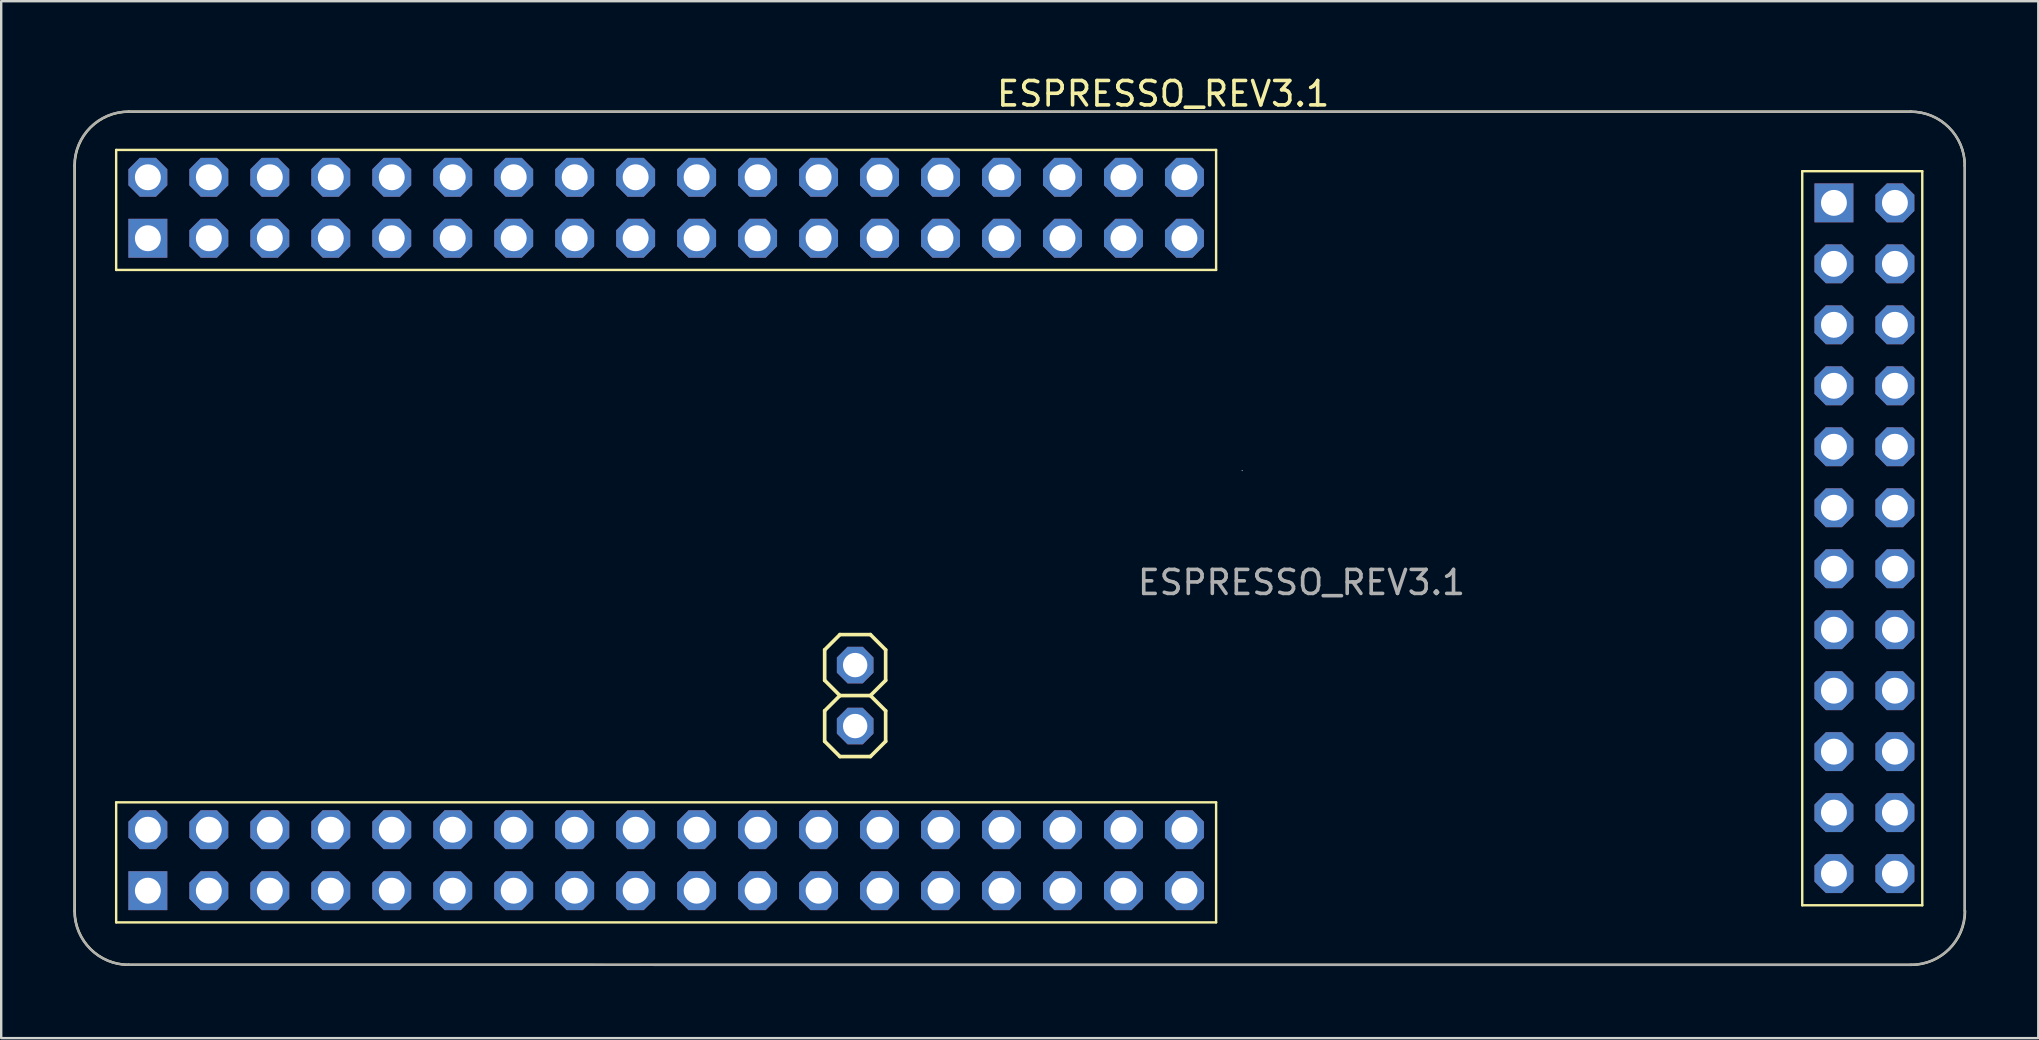
<source format=kicad_pcb>
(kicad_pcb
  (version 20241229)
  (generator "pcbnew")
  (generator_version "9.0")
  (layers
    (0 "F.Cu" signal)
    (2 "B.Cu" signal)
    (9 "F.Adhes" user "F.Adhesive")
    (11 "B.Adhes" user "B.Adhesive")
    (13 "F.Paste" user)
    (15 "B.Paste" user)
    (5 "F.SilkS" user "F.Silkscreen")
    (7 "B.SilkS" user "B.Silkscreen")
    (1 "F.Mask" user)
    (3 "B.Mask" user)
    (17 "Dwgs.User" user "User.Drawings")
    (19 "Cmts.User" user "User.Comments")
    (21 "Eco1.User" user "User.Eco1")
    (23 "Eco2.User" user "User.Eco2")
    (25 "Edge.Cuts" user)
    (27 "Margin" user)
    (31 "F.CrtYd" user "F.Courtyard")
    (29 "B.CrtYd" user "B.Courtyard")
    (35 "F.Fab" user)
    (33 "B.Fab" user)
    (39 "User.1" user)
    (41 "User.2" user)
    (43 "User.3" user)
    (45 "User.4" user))
  (footprint "ESPRESSO_REV3.1"
    (layer "F.Cu")
    (at 45.39 16.552)
    (property "Reference" "ESPRESSO_REV3.1" (at 0.013 -15.695 0) (unlocked yes) (layer "F.SilkS") (effects (font (size 1.016 1.016) (thickness 0.15))))
    (attr through_hole)
    (fp_line (start -45.329 -12.7) (end -45.329 18.339) (stroke (width 0.1) (type default)) (layer "F.SilkS"))
    (fp_line (start -43.601 -13.357) (end 2.219 -13.357) (stroke (width 0.1) (type default)) (layer "F.SilkS"))
    (fp_line (start -43.601 -8.357) (end -43.601 -13.357) (stroke (width 0.1) (type default)) (layer "F.SilkS"))
    (fp_line (start -43.601 -8.357) (end 2.219 -8.357) (stroke (width 0.1) (type default)) (layer "F.SilkS"))
    (fp_line (start -43.601 13.821) (end 2.219 13.821) (stroke (width 0.1) (type default)) (layer "F.SilkS"))
    (fp_line (start -43.601 18.821) (end -43.601 13.821) (stroke (width 0.1) (type default)) (layer "F.SilkS"))
    (fp_line (start -43.601 18.821) (end 2.219 18.821) (stroke (width 0.1) (type default)) (layer "F.SilkS"))
    (fp_line (start -43.078 -14.95) (end 31.156 -14.95) (stroke (width 0.1) (type default)) (layer "F.SilkS"))
    (fp_line (start -14.087 7.468) (end -13.452 6.833) (stroke (width 0.152) (type solid)) (layer "F.SilkS"))
    (fp_line (start -14.087 8.738) (end -14.087 7.468) (stroke (width 0.152) (type solid)) (layer "F.SilkS"))
    (fp_line (start -14.087 10.008) (end -13.452 9.373) (stroke (width 0.152) (type solid)) (layer "F.SilkS"))
    (fp_line (start -14.087 11.278) (end -14.087 10.008) (stroke (width 0.152) (type solid)) (layer "F.SilkS"))
    (fp_line (start -14.087 11.278) (end -13.452 11.913) (stroke (width 0.152) (type solid)) (layer "F.SilkS"))
    (fp_line (start -13.452 6.833) (end -12.182 6.833) (stroke (width 0.152) (type solid)) (layer "F.SilkS"))
    (fp_line (start -13.452 9.373) (end -14.087 8.738) (stroke (width 0.152) (type solid)) (layer "F.SilkS"))
    (fp_line (start -13.452 9.373) (end -12.182 9.373) (stroke (width 0.152) (type solid)) (layer "F.SilkS"))
    (fp_line (start -13.452 11.913) (end -12.182 11.913) (stroke (width 0.152) (type solid)) (layer "F.SilkS"))
    (fp_line (start -12.182 6.833) (end -11.547 7.468) (stroke (width 0.152) (type solid)) (layer "F.SilkS"))
    (fp_line (start -12.182 9.373) (end -11.547 10.008) (stroke (width 0.152) (type solid)) (layer "F.SilkS"))
    (fp_line (start -12.182 11.913) (end -11.547 11.278) (stroke (width 0.152) (type solid)) (layer "F.SilkS"))
    (fp_line (start -11.547 7.468) (end -11.547 8.738) (stroke (width 0.152) (type solid)) (layer "F.SilkS"))
    (fp_line (start -11.547 8.738) (end -12.182 9.373) (stroke (width 0.152) (type solid)) (layer "F.SilkS"))
    (fp_line (start -11.547 10.008) (end -11.547 11.278) (stroke (width 0.152) (type solid)) (layer "F.SilkS"))
    (fp_line (start 2.219 -8.357) (end 2.219 -13.357) (stroke (width 0.1) (type default)) (layer "F.SilkS"))
    (fp_line (start 2.219 18.821) (end 2.219 13.821) (stroke (width 0.1) (type default)) (layer "F.SilkS"))
    (fp_line (start 26.635 -12.471) (end 26.635 18.109) (stroke (width 0.1) (type default)) (layer "F.SilkS"))
    (fp_line (start 26.635 -12.471) (end 31.635 -12.471) (stroke (width 0.1) (type default)) (layer "F.SilkS"))
    (fp_line (start 26.635 18.109) (end 31.635 18.109) (stroke (width 0.1) (type default)) (layer "F.SilkS"))
    (fp_line (start 31.168 20.591) (end -43.078 20.589) (stroke (width 0.1) (type default)) (layer "F.SilkS"))
    (fp_line (start 31.635 -12.471) (end 31.635 18.109) (stroke (width 0.1) (type default)) (layer "F.SilkS"))
    (fp_line (start 33.406 18.339) (end 33.406 -12.7) (stroke (width 0.1) (type default)) (layer "F.SilkS"))
    (fp_arc (start -45.328543 -12.7) (mid -44.669453 -14.291053) (end -43.0784 -14.950143) (stroke (width 0.1) (type default)) (layer "F.SilkS"))
    (fp_arc (start -43.0784 20.588943) (mid -44.669513 19.929913) (end -45.328543 18.3388) (stroke (width 0.1) (type default)) (layer "F.SilkS"))
    (fp_arc (start 31.155857 -14.950143) (mid 32.746974 -14.291117) (end 33.406 -12.7) (stroke (width 0.1) (type default)) (layer "F.SilkS"))
    (fp_arc (start 33.417937 18.341283) (mid 32.758853 19.93233) (end 31.167794 20.591426) (stroke (width 0.1) (type default)) (layer "F.SilkS"))
    (fp_line (start -45.34 -12.702) (end -45.34 18.336) (stroke (width 0.1) (type default)) (layer "F.Fab"))
    (fp_line (start -43.078 -14.95) (end 31.156 -14.95) (stroke (width 0.1) (type default)) (layer "F.Fab"))
    (fp_line (start 31.156 20.589) (end -43.09 20.586) (stroke (width 0.1) (type default)) (layer "F.Fab"))
    (fp_line (start 33.406 18.339) (end 33.406 -12.7) (stroke (width 0.1) (type default)) (layer "F.Fab"))
    (fp_arc (start -45.34048 -12.702483) (mid -44.68139 -14.293536) (end -43.090337 -14.952626) (stroke (width 0.1) (type default)) (layer "F.Fab"))
    (fp_arc (start -43.090337 20.58646) (mid -44.68145 19.92743) (end -45.34048 18.336317) (stroke (width 0.1) (type default)) (layer "F.Fab"))
    (fp_arc (start 31.155857 -14.950143) (mid 32.746969 -14.291112) (end 33.406 -12.7) (stroke (width 0.1) (type default)) (layer "F.Fab"))
    (fp_arc (start 33.406 18.3388) (mid 32.746911 19.929854) (end 31.155857 20.588943) (stroke (width 0.1) (type default)) (layer "F.Fab"))
    (fp_circle (center 3.304 0) (end 3.304 0) (stroke (width 0.025) (type solid)) (fill no) (layer "F.Fab"))
    (fp_poly (pts (xy -1.895 15.215) (xy -1.387 15.215) (xy -1.387 14.707) (xy -1.895 14.707)) (stroke (width 0.1) (type default)) (fill no) (layer "F.Fab"))
    (fp_poly (pts (xy 0.645 15.215) (xy 1.153 15.215) (xy 1.153 14.707) (xy 0.645 14.707)) (stroke (width 0.1) (type default)) (fill no) (layer "F.Fab"))
    (fp_text user "${REFERENCE}" (at 5.775 4.662 0) (unlocked yes) (layer "F.Fab") (effects (font (size 1 1) (thickness 0.15))))
    (pad "1" thru_hole roundrect (at -42.281 -12.217 90) (size 1.62 1.62) (drill 1.08) (layers "*.Cu" "*.Mask") (roundrect_rratio 0.25) (chamfer_ratio 0.293) (chamfer top_left top_right bottom_left bottom_right))
    (pad "2" thru_hole roundrect (at -39.741 -12.217 90) (size 1.62 1.62) (drill 1.08) (layers "*.Cu" "*.Mask") (roundrect_rratio 0.25) (chamfer_ratio 0.293) (chamfer top_left top_right bottom_left bottom_right))
    (pad "3" thru_hole roundrect (at -37.201 -12.217 90) (size 1.62 1.62) (drill 1.08) (layers "*.Cu" "*.Mask") (roundrect_rratio 0.25) (chamfer_ratio 0.293) (chamfer top_left top_right bottom_left bottom_right))
    (pad "4" thru_hole roundrect (at -34.661 -12.217 90) (size 1.62 1.62) (drill 1.08) (layers "*.Cu" "*.Mask") (roundrect_rratio 0.25) (chamfer_ratio 0.293) (chamfer top_left top_right bottom_left bottom_right))
    (pad "5" thru_hole roundrect (at -32.121 -12.217 90) (size 1.62 1.62) (drill 1.08) (layers "*.Cu" "*.Mask") (roundrect_rratio 0.25) (chamfer_ratio 0.293) (chamfer top_left top_right bottom_left bottom_right))
    (pad "6" thru_hole roundrect (at -29.581 -12.217 90) (size 1.62 1.62) (drill 1.08) (layers "*.Cu" "*.Mask") (roundrect_rratio 0.25) (chamfer_ratio 0.293) (chamfer top_left top_right bottom_left bottom_right))
    (pad "7" thru_hole roundrect (at -27.041 -12.217 90) (size 1.62 1.62) (drill 1.08) (layers "*.Cu" "*.Mask") (roundrect_rratio 0.25) (chamfer_ratio 0.293) (chamfer top_left top_right bottom_left bottom_right))
    (pad "8" thru_hole roundrect (at -24.501 -12.217 90) (size 1.62 1.62) (drill 1.08) (layers "*.Cu" "*.Mask") (roundrect_rratio 0.25) (chamfer_ratio 0.293) (chamfer top_left top_right bottom_left bottom_right))
    (pad "9" thru_hole roundrect (at -21.961 -12.217 90) (size 1.62 1.62) (drill 1.08) (layers "*.Cu" "*.Mask") (roundrect_rratio 0.25) (chamfer_ratio 0.293) (chamfer top_left top_right bottom_left bottom_right))
    (pad "10" thru_hole roundrect (at -19.421 -12.217 90) (size 1.62 1.62) (drill 1.08) (layers "*.Cu" "*.Mask") (roundrect_rratio 0.25) (chamfer_ratio 0.293) (chamfer top_left top_right bottom_left bottom_right))
    (pad "11" thru_hole roundrect (at -16.881 -12.217 90) (size 1.62 1.62) (drill 1.08) (layers "*.Cu" "*.Mask") (roundrect_rratio 0.25) (chamfer_ratio 0.293) (chamfer top_left top_right bottom_left bottom_right))
    (pad "12" thru_hole roundrect (at -14.341 -12.217 90) (size 1.62 1.62) (drill 1.08) (layers "*.Cu" "*.Mask") (roundrect_rratio 0.25) (chamfer_ratio 0.293) (chamfer top_left top_right bottom_left bottom_right))
    (pad "13" thru_hole roundrect (at -11.801 -12.217 90) (size 1.62 1.62) (drill 1.08) (layers "*.Cu" "*.Mask") (roundrect_rratio 0.25) (chamfer_ratio 0.293) (chamfer top_left top_right bottom_left bottom_right))
    (pad "14" thru_hole roundrect (at -9.261 -12.217 90) (size 1.62 1.62) (drill 1.08) (layers "*.Cu" "*.Mask") (roundrect_rratio 0.25) (chamfer_ratio 0.293) (chamfer top_left top_right bottom_left bottom_right))
    (pad "15" thru_hole roundrect (at -6.721 -12.217 90) (size 1.62 1.62) (drill 1.08) (layers "*.Cu" "*.Mask") (roundrect_rratio 0.25) (chamfer_ratio 0.293) (chamfer top_left top_right bottom_left bottom_right))
    (pad "16" thru_hole roundrect (at -4.181 -12.217 90) (size 1.62 1.62) (drill 1.08) (layers "*.Cu" "*.Mask") (roundrect_rratio 0.25) (chamfer_ratio 0.293) (chamfer top_left top_right bottom_left bottom_right))
    (pad "17" thru_hole roundrect (at -1.641 -12.217 90) (size 1.62 1.62) (drill 1.08) (layers "*.Cu" "*.Mask") (roundrect_rratio 0.25) (chamfer_ratio 0.293) (chamfer top_left top_right bottom_left bottom_right))
    (pad "18" thru_hole roundrect (at 0.899 -12.217 90) (size 1.62 1.62) (drill 1.08) (layers "*.Cu" "*.Mask") (roundrect_rratio 0.25) (chamfer_ratio 0.293) (chamfer top_left top_right bottom_left bottom_right))
    (pad "19" thru_hole rect (at -42.281 -9.677 90) (size 1.62 1.62) (drill 1.08) (layers "*.Cu" "*.Mask"))
    (pad "20" thru_hole roundrect (at -39.741 -9.677 90) (size 1.62 1.62) (drill 1.08) (layers "*.Cu" "*.Mask") (roundrect_rratio 0.25) (chamfer_ratio 0.293) (chamfer top_left top_right bottom_left bottom_right))
    (pad "21" thru_hole roundrect (at -37.201 -9.677 90) (size 1.62 1.62) (drill 1.08) (layers "*.Cu" "*.Mask") (roundrect_rratio 0.25) (chamfer_ratio 0.293) (chamfer top_left top_right bottom_left bottom_right))
    (pad "22" thru_hole roundrect (at -34.661 -9.677 90) (size 1.62 1.62) (drill 1.08) (layers "*.Cu" "*.Mask") (roundrect_rratio 0.25) (chamfer_ratio 0.293) (chamfer top_left top_right bottom_left bottom_right))
    (pad "23" thru_hole roundrect (at -32.121 -9.677 90) (size 1.62 1.62) (drill 1.08) (layers "*.Cu" "*.Mask") (roundrect_rratio 0.25) (chamfer_ratio 0.293) (chamfer top_left top_right bottom_left bottom_right))
    (pad "24" thru_hole roundrect (at -29.581 -9.677 90) (size 1.62 1.62) (drill 1.08) (layers "*.Cu" "*.Mask") (roundrect_rratio 0.25) (chamfer_ratio 0.293) (chamfer top_left top_right bottom_left bottom_right))
    (pad "25" thru_hole roundrect (at -27.041 -9.677 90) (size 1.62 1.62) (drill 1.08) (layers "*.Cu" "*.Mask") (roundrect_rratio 0.25) (chamfer_ratio 0.293) (chamfer top_left top_right bottom_left bottom_right))
    (pad "26" thru_hole roundrect (at -24.501 -9.677 90) (size 1.62 1.62) (drill 1.08) (layers "*.Cu" "*.Mask") (roundrect_rratio 0.25) (chamfer_ratio 0.293) (chamfer top_left top_right bottom_left bottom_right))
    (pad "27" thru_hole roundrect (at -21.961 -9.677 90) (size 1.62 1.62) (drill 1.08) (layers "*.Cu" "*.Mask") (roundrect_rratio 0.25) (chamfer_ratio 0.293) (chamfer top_left top_right bottom_left bottom_right))
    (pad "28" thru_hole roundrect (at -19.421 -9.677 90) (size 1.62 1.62) (drill 1.08) (layers "*.Cu" "*.Mask") (roundrect_rratio 0.25) (chamfer_ratio 0.293) (chamfer top_left top_right bottom_left bottom_right))
    (pad "29" thru_hole roundrect (at -16.881 -9.677 90) (size 1.62 1.62) (drill 1.08) (layers "*.Cu" "*.Mask") (roundrect_rratio 0.25) (chamfer_ratio 0.293) (chamfer top_left top_right bottom_left bottom_right))
    (pad "30" thru_hole roundrect (at -14.341 -9.677 90) (size 1.62 1.62) (drill 1.08) (layers "*.Cu" "*.Mask") (roundrect_rratio 0.25) (chamfer_ratio 0.293) (chamfer top_left top_right bottom_left bottom_right))
    (pad "31" thru_hole roundrect (at -11.801 -9.677 90) (size 1.62 1.62) (drill 1.08) (layers "*.Cu" "*.Mask") (roundrect_rratio 0.25) (chamfer_ratio 0.293) (chamfer top_left top_right bottom_left bottom_right))
    (pad "32" thru_hole roundrect (at -9.261 -9.677 90) (size 1.62 1.62) (drill 1.08) (layers "*.Cu" "*.Mask") (roundrect_rratio 0.25) (chamfer_ratio 0.293) (chamfer top_left top_right bottom_left bottom_right))
    (pad "33" thru_hole roundrect (at -6.721 -9.677 90) (size 1.62 1.62) (drill 1.08) (layers "*.Cu" "*.Mask") (roundrect_rratio 0.25) (chamfer_ratio 0.293) (chamfer top_left top_right bottom_left bottom_right))
    (pad "34" thru_hole roundrect (at -4.181 -9.677 90) (size 1.62 1.62) (drill 1.08) (layers "*.Cu" "*.Mask") (roundrect_rratio 0.25) (chamfer_ratio 0.293) (chamfer top_left top_right bottom_left bottom_right))
    (pad "35" thru_hole roundrect (at -1.641 -9.677 90) (size 1.62 1.62) (drill 1.08) (layers "*.Cu" "*.Mask") (roundrect_rratio 0.25) (chamfer_ratio 0.293) (chamfer top_left top_right bottom_left bottom_right))
    (pad "36" thru_hole roundrect (at 0.899 -9.677 90) (size 1.62 1.62) (drill 1.08) (layers "*.Cu" "*.Mask") (roundrect_rratio 0.25) (chamfer_ratio 0.293) (chamfer top_left top_right bottom_left bottom_right))
    (pad "37" thru_hole roundrect (at -42.281 14.961 90) (size 1.62 1.62) (drill 1.08) (layers "*.Cu" "*.Mask") (roundrect_rratio 0.25) (chamfer_ratio 0.293) (chamfer top_left top_right bottom_left bottom_right))
    (pad "38" thru_hole roundrect (at -39.741 14.961 90) (size 1.62 1.62) (drill 1.08) (layers "*.Cu" "*.Mask") (roundrect_rratio 0.25) (chamfer_ratio 0.293) (chamfer top_left top_right bottom_left bottom_right))
    (pad "39" thru_hole roundrect (at -37.201 14.961 90) (size 1.62 1.62) (drill 1.08) (layers "*.Cu" "*.Mask") (roundrect_rratio 0.25) (chamfer_ratio 0.293) (chamfer top_left top_right bottom_left bottom_right))
    (pad "40" thru_hole roundrect (at -34.661 14.961 90) (size 1.62 1.62) (drill 1.08) (layers "*.Cu" "*.Mask") (roundrect_rratio 0.25) (chamfer_ratio 0.293) (chamfer top_left top_right bottom_left bottom_right))
    (pad "41" thru_hole roundrect (at -32.121 14.961 90) (size 1.62 1.62) (drill 1.08) (layers "*.Cu" "*.Mask") (roundrect_rratio 0.25) (chamfer_ratio 0.293) (chamfer top_left top_right bottom_left bottom_right))
    (pad "42" thru_hole roundrect (at -29.581 14.961 90) (size 1.62 1.62) (drill 1.08) (layers "*.Cu" "*.Mask") (roundrect_rratio 0.25) (chamfer_ratio 0.293) (chamfer top_left top_right bottom_left bottom_right))
    (pad "43" thru_hole roundrect (at -27.041 14.961 90) (size 1.62 1.62) (drill 1.08) (layers "*.Cu" "*.Mask") (roundrect_rratio 0.25) (chamfer_ratio 0.293) (chamfer top_left top_right bottom_left bottom_right))
    (pad "44" thru_hole roundrect (at -24.501 14.961 90) (size 1.62 1.62) (drill 1.08) (layers "*.Cu" "*.Mask") (roundrect_rratio 0.25) (chamfer_ratio 0.293) (chamfer top_left top_right bottom_left bottom_right))
    (pad "45" thru_hole roundrect (at -21.961 14.961 90) (size 1.62 1.62) (drill 1.08) (layers "*.Cu" "*.Mask") (roundrect_rratio 0.25) (chamfer_ratio 0.293) (chamfer top_left top_right bottom_left bottom_right))
    (pad "46" thru_hole roundrect (at -19.421 14.961 90) (size 1.62 1.62) (drill 1.08) (layers "*.Cu" "*.Mask") (roundrect_rratio 0.25) (chamfer_ratio 0.293) (chamfer top_left top_right bottom_left bottom_right))
    (pad "47" thru_hole roundrect (at -16.881 14.961 90) (size 1.62 1.62) (drill 1.08) (layers "*.Cu" "*.Mask") (roundrect_rratio 0.25) (chamfer_ratio 0.293) (chamfer top_left top_right bottom_left bottom_right))
    (pad "48" thru_hole roundrect (at -14.341 14.961 90) (size 1.62 1.62) (drill 1.08) (layers "*.Cu" "*.Mask") (roundrect_rratio 0.25) (chamfer_ratio 0.293) (chamfer top_left top_right bottom_left bottom_right))
    (pad "49" thru_hole roundrect (at -11.801 14.961 90) (size 1.62 1.62) (drill 1.08) (layers "*.Cu" "*.Mask") (roundrect_rratio 0.25) (chamfer_ratio 0.293) (chamfer top_left top_right bottom_left bottom_right))
    (pad "50" thru_hole roundrect (at -9.261 14.961 90) (size 1.62 1.62) (drill 1.08) (layers "*.Cu" "*.Mask") (roundrect_rratio 0.25) (chamfer_ratio 0.293) (chamfer top_left top_right bottom_left bottom_right))
    (pad "51" thru_hole roundrect (at -6.721 14.961 90) (size 1.62 1.62) (drill 1.08) (layers "*.Cu" "*.Mask") (roundrect_rratio 0.25) (chamfer_ratio 0.293) (chamfer top_left top_right bottom_left bottom_right))
    (pad "52" thru_hole roundrect (at -4.181 14.961 90) (size 1.62 1.62) (drill 1.08) (layers "*.Cu" "*.Mask") (roundrect_rratio 0.25) (chamfer_ratio 0.293) (chamfer top_left top_right bottom_left bottom_right))
    (pad "53" thru_hole roundrect (at -1.641 14.961 90) (size 1.62 1.62) (drill 1.08) (layers "*.Cu" "*.Mask") (roundrect_rratio 0.25) (chamfer_ratio 0.293) (chamfer top_left top_right bottom_left bottom_right))
    (pad "54" thru_hole roundrect (at 0.899 14.961 90) (size 1.62 1.62) (drill 1.08) (layers "*.Cu" "*.Mask") (roundrect_rratio 0.25) (chamfer_ratio 0.293) (chamfer top_left top_right bottom_left bottom_right))
    (pad "55" thru_hole rect (at -42.281 17.501 90) (size 1.62 1.62) (drill 1.08) (layers "*.Cu" "*.Mask"))
    (pad "56" thru_hole roundrect (at -39.741 17.501 90) (size 1.62 1.62) (drill 1.08) (layers "*.Cu" "*.Mask") (roundrect_rratio 0.25) (chamfer_ratio 0.293) (chamfer top_left top_right bottom_left bottom_right))
    (pad "57" thru_hole roundrect (at -37.201 17.501 90) (size 1.62 1.62) (drill 1.08) (layers "*.Cu" "*.Mask") (roundrect_rratio 0.25) (chamfer_ratio 0.293) (chamfer top_left top_right bottom_left bottom_right))
    (pad "58" thru_hole roundrect (at -34.661 17.501 90) (size 1.62 1.62) (drill 1.08) (layers "*.Cu" "*.Mask") (roundrect_rratio 0.25) (chamfer_ratio 0.293) (chamfer top_left top_right bottom_left bottom_right))
    (pad "59" thru_hole roundrect (at -32.121 17.501 90) (size 1.62 1.62) (drill 1.08) (layers "*.Cu" "*.Mask") (roundrect_rratio 0.25) (chamfer_ratio 0.293) (chamfer top_left top_right bottom_left bottom_right))
    (pad "60" thru_hole roundrect (at -29.581 17.501 90) (size 1.62 1.62) (drill 1.08) (layers "*.Cu" "*.Mask") (roundrect_rratio 0.25) (chamfer_ratio 0.293) (chamfer top_left top_right bottom_left bottom_right))
    (pad "61" thru_hole roundrect (at -27.041 17.501 90) (size 1.62 1.62) (drill 1.08) (layers "*.Cu" "*.Mask") (roundrect_rratio 0.25) (chamfer_ratio 0.293) (chamfer top_left top_right bottom_left bottom_right))
    (pad "62" thru_hole roundrect (at -24.501 17.501 90) (size 1.62 1.62) (drill 1.08) (layers "*.Cu" "*.Mask") (roundrect_rratio 0.25) (chamfer_ratio 0.293) (chamfer top_left top_right bottom_left bottom_right))
    (pad "63" thru_hole roundrect (at -21.961 17.501 90) (size 1.62 1.62) (drill 1.08) (layers "*.Cu" "*.Mask") (roundrect_rratio 0.25) (chamfer_ratio 0.293) (chamfer top_left top_right bottom_left bottom_right))
    (pad "64" thru_hole roundrect (at -19.421 17.501 90) (size 1.62 1.62) (drill 1.08) (layers "*.Cu" "*.Mask") (roundrect_rratio 0.25) (chamfer_ratio 0.293) (chamfer top_left top_right bottom_left bottom_right))
    (pad "65" thru_hole roundrect (at -16.881 17.501 90) (size 1.62 1.62) (drill 1.08) (layers "*.Cu" "*.Mask") (roundrect_rratio 0.25) (chamfer_ratio 0.293) (chamfer top_left top_right bottom_left bottom_right))
    (pad "66" thru_hole roundrect (at -14.341 17.501 90) (size 1.62 1.62) (drill 1.08) (layers "*.Cu" "*.Mask") (roundrect_rratio 0.25) (chamfer_ratio 0.293) (chamfer top_left top_right bottom_left bottom_right))
    (pad "67" thru_hole roundrect (at -11.801 17.501 90) (size 1.62 1.62) (drill 1.08) (layers "*.Cu" "*.Mask") (roundrect_rratio 0.25) (chamfer_ratio 0.293) (chamfer top_left top_right bottom_left bottom_right))
    (pad "68" thru_hole roundrect (at -9.261 17.501 90) (size 1.62 1.62) (drill 1.08) (layers "*.Cu" "*.Mask") (roundrect_rratio 0.25) (chamfer_ratio 0.293) (chamfer top_left top_right bottom_left bottom_right))
    (pad "69" thru_hole roundrect (at -6.721 17.501 90) (size 1.62 1.62) (drill 1.08) (layers "*.Cu" "*.Mask") (roundrect_rratio 0.25) (chamfer_ratio 0.293) (chamfer top_left top_right bottom_left bottom_right))
    (pad "70" thru_hole roundrect (at -4.181 17.501 90) (size 1.62 1.62) (drill 1.08) (layers "*.Cu" "*.Mask") (roundrect_rratio 0.25) (chamfer_ratio 0.293) (chamfer top_left top_right bottom_left bottom_right))
    (pad "71" thru_hole roundrect (at -1.641 17.501 90) (size 1.62 1.62) (drill 1.08) (layers "*.Cu" "*.Mask") (roundrect_rratio 0.25) (chamfer_ratio 0.293) (chamfer top_left top_right bottom_left bottom_right))
    (pad "72" thru_hole roundrect (at 0.899 17.501 90) (size 1.62 1.62) (drill 1.08) (layers "*.Cu" "*.Mask") (roundrect_rratio 0.25) (chamfer_ratio 0.293) (chamfer top_left top_right bottom_left bottom_right))
    (pad "73" thru_hole roundrect (at -12.817 8.103 180) (size 1.524 1.524) (drill 1.016) (layers "*.Cu" "*.Mask") (roundrect_rratio 0.25) (chamfer_ratio 0.293) (chamfer top_left top_right bottom_left bottom_right))
    (pad "74" thru_hole roundrect (at -12.817 10.643 180) (size 1.524 1.524) (drill 1.016) (layers "*.Cu" "*.Mask") (roundrect_rratio 0.25) (chamfer_ratio 0.293) (chamfer top_left top_right bottom_left bottom_right))
    (pad "75" thru_hole rect (at 27.955 -11.151) (size 1.62 1.62) (drill 1.08) (layers "*.Cu" "*.Mask"))
    (pad "76" thru_hole roundrect (at 27.955 -8.611) (size 1.62 1.62) (drill 1.08) (layers "*.Cu" "*.Mask") (roundrect_rratio 0.25) (chamfer_ratio 0.293) (chamfer top_left top_right bottom_left bottom_right))
    (pad "77" thru_hole roundrect (at 27.955 -6.071) (size 1.62 1.62) (drill 1.08) (layers "*.Cu" "*.Mask") (roundrect_rratio 0.25) (chamfer_ratio 0.293) (chamfer top_left top_right bottom_left bottom_right))
    (pad "78" thru_hole roundrect (at 27.955 -3.531) (size 1.62 1.62) (drill 1.08) (layers "*.Cu" "*.Mask") (roundrect_rratio 0.25) (chamfer_ratio 0.293) (chamfer top_left top_right bottom_left bottom_right))
    (pad "79" thru_hole roundrect (at 27.955 -0.991) (size 1.62 1.62) (drill 1.08) (layers "*.Cu" "*.Mask") (roundrect_rratio 0.25) (chamfer_ratio 0.293) (chamfer top_left top_right bottom_left bottom_right))
    (pad "80" thru_hole roundrect (at 27.955 1.549) (size 1.62 1.62) (drill 1.08) (layers "*.Cu" "*.Mask") (roundrect_rratio 0.25) (chamfer_ratio 0.293) (chamfer top_left top_right bottom_left bottom_right))
    (pad "81" thru_hole roundrect (at 27.955 4.089) (size 1.62 1.62) (drill 1.08) (layers "*.Cu" "*.Mask") (roundrect_rratio 0.25) (chamfer_ratio 0.293) (chamfer top_left top_right bottom_left bottom_right))
    (pad "82" thru_hole roundrect (at 27.955 6.629) (size 1.62 1.62) (drill 1.08) (layers "*.Cu" "*.Mask") (roundrect_rratio 0.25) (chamfer_ratio 0.293) (chamfer top_left top_right bottom_left bottom_right))
    (pad "83" thru_hole roundrect (at 27.955 9.169) (size 1.62 1.62) (drill 1.08) (layers "*.Cu" "*.Mask") (roundrect_rratio 0.25) (chamfer_ratio 0.293) (chamfer top_left top_right bottom_left bottom_right))
    (pad "84" thru_hole roundrect (at 27.955 11.709) (size 1.62 1.62) (drill 1.08) (layers "*.Cu" "*.Mask") (roundrect_rratio 0.25) (chamfer_ratio 0.293) (chamfer top_left top_right bottom_left bottom_right))
    (pad "85" thru_hole roundrect (at 27.955 14.249) (size 1.62 1.62) (drill 1.08) (layers "*.Cu" "*.Mask") (roundrect_rratio 0.25) (chamfer_ratio 0.293) (chamfer top_left top_right bottom_left bottom_right))
    (pad "86" thru_hole roundrect (at 27.955 16.789) (size 1.62 1.62) (drill 1.08) (layers "*.Cu" "*.Mask") (roundrect_rratio 0.25) (chamfer_ratio 0.293) (chamfer top_left top_right bottom_left bottom_right))
    (pad "87" thru_hole roundrect (at 30.495 -11.151) (size 1.62 1.62) (drill 1.08) (layers "*.Cu" "*.Mask") (roundrect_rratio 0.25) (chamfer_ratio 0.293) (chamfer top_left top_right bottom_left bottom_right))
    (pad "88" thru_hole roundrect (at 30.495 -8.611) (size 1.62 1.62) (drill 1.08) (layers "*.Cu" "*.Mask") (roundrect_rratio 0.25) (chamfer_ratio 0.293) (chamfer top_left top_right bottom_left bottom_right))
    (pad "89" thru_hole roundrect (at 30.495 -6.071) (size 1.62 1.62) (drill 1.08) (layers "*.Cu" "*.Mask") (roundrect_rratio 0.25) (chamfer_ratio 0.293) (chamfer top_left top_right bottom_left bottom_right))
    (pad "90" thru_hole roundrect (at 30.495 -3.531) (size 1.62 1.62) (drill 1.08) (layers "*.Cu" "*.Mask") (roundrect_rratio 0.25) (chamfer_ratio 0.293) (chamfer top_left top_right bottom_left bottom_right))
    (pad "91" thru_hole roundrect (at 30.495 -0.991) (size 1.62 1.62) (drill 1.08) (layers "*.Cu" "*.Mask") (roundrect_rratio 0.25) (chamfer_ratio 0.293) (chamfer top_left top_right bottom_left bottom_right))
    (pad "92" thru_hole roundrect (at 30.495 1.549) (size 1.62 1.62) (drill 1.08) (layers "*.Cu" "*.Mask") (roundrect_rratio 0.25) (chamfer_ratio 0.293) (chamfer top_left top_right bottom_left bottom_right))
    (pad "93" thru_hole roundrect (at 30.495 4.089) (size 1.62 1.62) (drill 1.08) (layers "*.Cu" "*.Mask") (roundrect_rratio 0.25) (chamfer_ratio 0.293) (chamfer top_left top_right bottom_left bottom_right))
    (pad "94" thru_hole roundrect (at 30.495 6.629) (size 1.62 1.62) (drill 1.08) (layers "*.Cu" "*.Mask") (roundrect_rratio 0.25) (chamfer_ratio 0.293) (chamfer top_left top_right bottom_left bottom_right))
    (pad "95" thru_hole roundrect (at 30.495 9.169) (size 1.62 1.62) (drill 1.08) (layers "*.Cu" "*.Mask") (roundrect_rratio 0.25) (chamfer_ratio 0.293) (chamfer top_left top_right bottom_left bottom_right))
    (pad "96" thru_hole roundrect (at 30.495 11.709) (size 1.62 1.62) (drill 1.08) (layers "*.Cu" "*.Mask") (roundrect_rratio 0.25) (chamfer_ratio 0.293) (chamfer top_left top_right bottom_left bottom_right))
    (pad "97" thru_hole roundrect (at 30.495 14.249) (size 1.62 1.62) (drill 1.08) (layers "*.Cu" "*.Mask") (roundrect_rratio 0.25) (chamfer_ratio 0.293) (chamfer top_left top_right bottom_left bottom_right))
    (pad "98" thru_hole roundrect (at 30.495 16.789) (size 1.62 1.62) (drill 1.08) (layers "*.Cu" "*.Mask") (roundrect_rratio 0.25) (chamfer_ratio 0.293) (chamfer top_left top_right bottom_left bottom_right)))
  (gr_rect
    (start -3 -3)
    (end 81.858 40.194)
    (stroke (width 0.1) (type default))
    (fill no)
    (layer "Edge.Cuts")))
</source>
